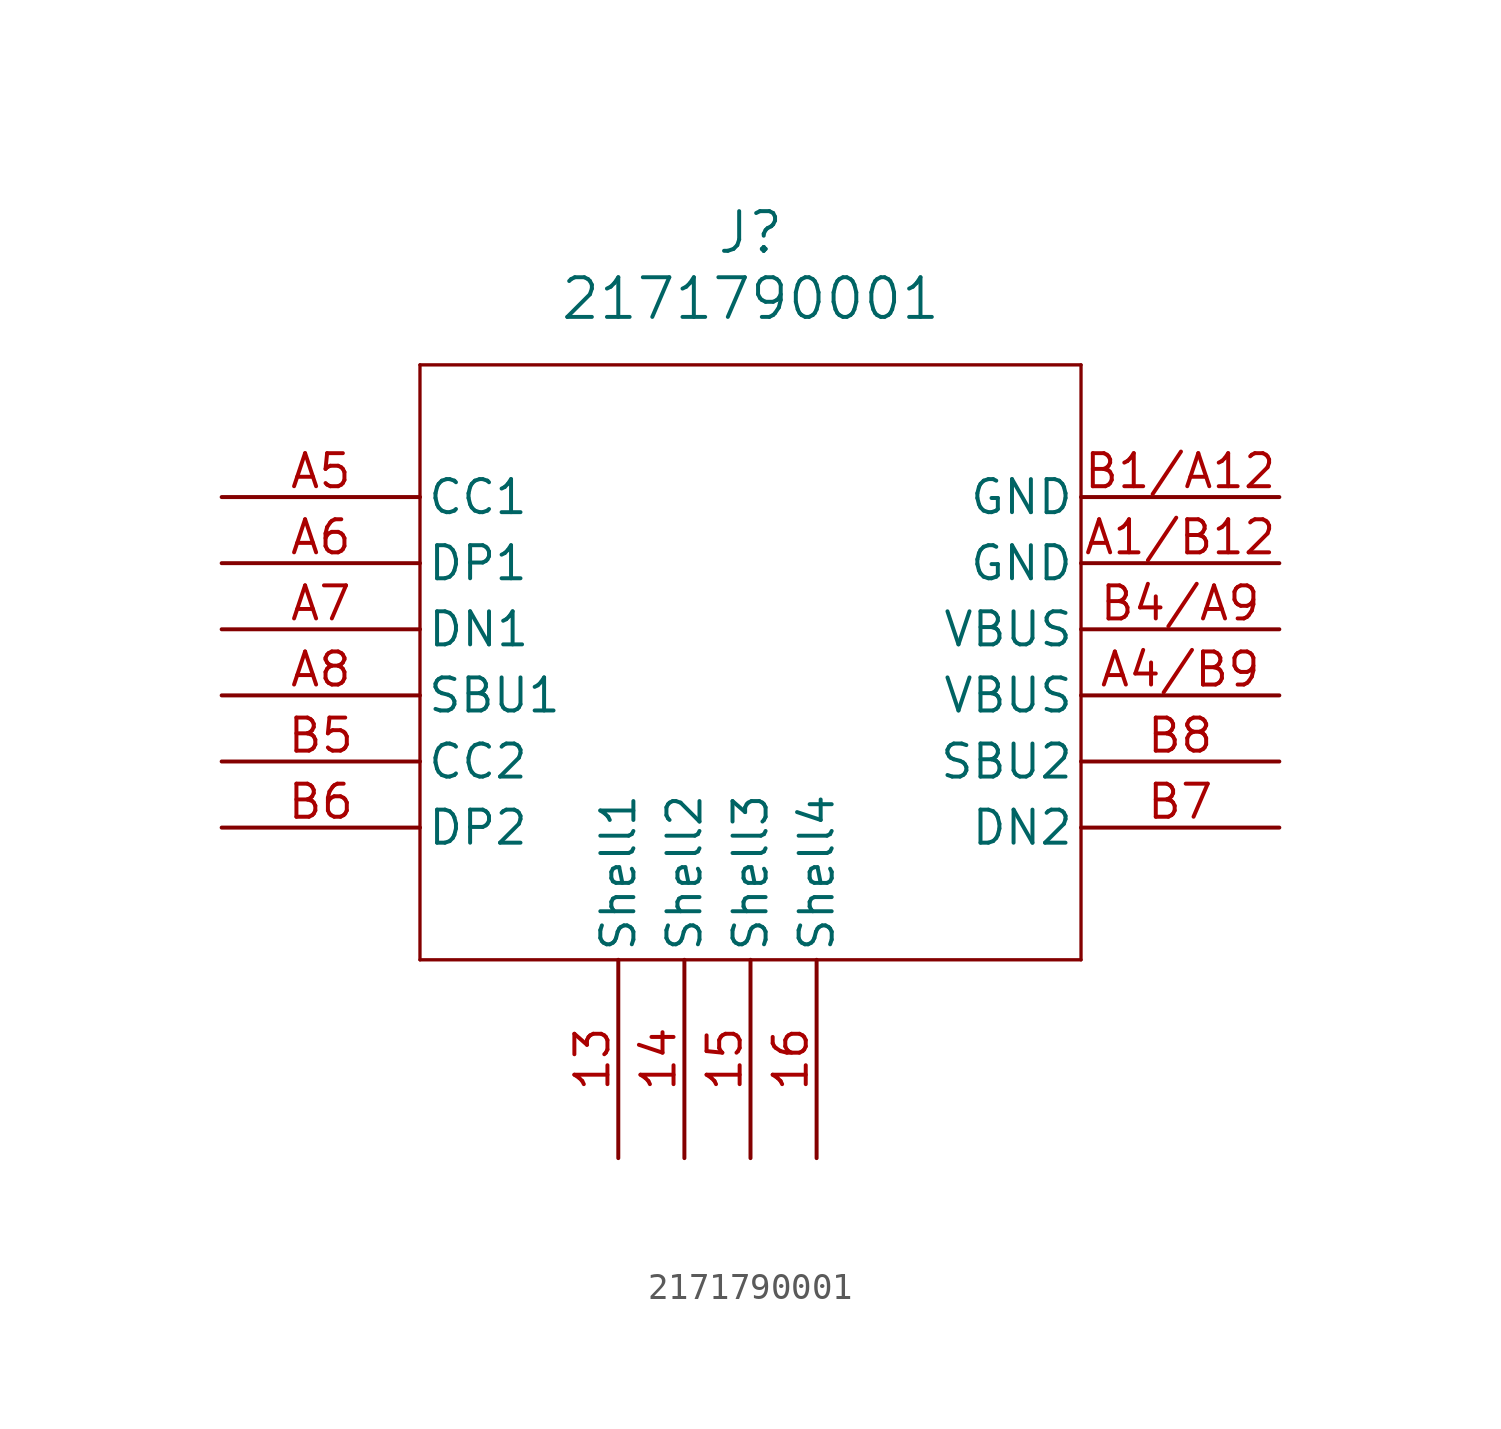
<source format=kicad_sym>
(kicad_symbol_lib
  (version 20211014)
  (generator kicad_symbol_editor)
  (symbol "2171790001"
    (pin_names
      (offset 0.254))
    (property "Reference" "J"
      (at 20.32 10.16 0)
      (effects (font (size 1.524 1.524))))
    (property "Value" "2171790001"
      (at 20.32 7.62 0)
      (effects (font (size 1.524 1.524))))
    (property "ki_locked" ""
      (at 0 0 0)
      (effects (font (size 1.27 1.27))))
    (symbol "2171790001_0_1"
      (polyline (pts (xy 7.62 -17.78) (xy 33.02 -17.78)) (stroke (width 0.127) (type default) (color 0 0 0 0)) (fill (type none)))
      (polyline (pts (xy 7.62 5.08) (xy 7.62 -17.78)) (stroke (width 0.127) (type default) (color 0 0 0 0)) (fill (type none)))
      (polyline (pts (xy 33.02 -17.78) (xy 33.02 5.08)) (stroke (width 0.127) (type default) (color 0 0 0 0)) (fill (type none)))
      (polyline (pts (xy 33.02 5.08) (xy 7.62 5.08)) (stroke (width 0.127) (type default) (color 0 0 0 0)) (fill (type none)))
      (pin bidirectional line (at 15.24 -25.4 90) (length 7.62) (name "Shell1" (effects (font (size 1.27 1.27)))) (number "13" (effects (font (size 1.27 1.27)))))
      (pin bidirectional line (at 17.78 -25.4 90) (length 7.62) (name "Shell2" (effects (font (size 1.27 1.27)))) (number "14" (effects (font (size 1.27 1.27)))))
      (pin bidirectional line (at 20.32 -25.4 90) (length 7.62) (name "Shell3" (effects (font (size 1.27 1.27)))) (number "15" (effects (font (size 1.27 1.27)))))
      (pin bidirectional line (at 22.86 -25.4 90) (length 7.62) (name "Shell4" (effects (font (size 1.27 1.27)))) (number "16" (effects (font (size 1.27 1.27)))))
      (pin power_out line (at 40.64 -2.54 180) (length 7.62) (name "GND" (effects (font (size 1.27 1.27)))) (number "A1/B12" (effects (font (size 1.27 1.27)))))
      (pin power_in line (at 40.64 -7.62 180) (length 7.62) (name "VBUS" (effects (font (size 1.27 1.27)))) (number "A4/B9" (effects (font (size 1.27 1.27)))))
      (pin bidirectional line (at 0 0 0) (length 7.62) (name "CC1" (effects (font (size 1.27 1.27)))) (number "A5" (effects (font (size 1.27 1.27)))))
      (pin bidirectional line (at 0 -2.54 0) (length 7.62) (name "DP1" (effects (font (size 1.27 1.27)))) (number "A6" (effects (font (size 1.27 1.27)))))
      (pin bidirectional line (at 0 -5.08 0) (length 7.62) (name "DN1" (effects (font (size 1.27 1.27)))) (number "A7" (effects (font (size 1.27 1.27)))))
      (pin bidirectional line (at 0 -7.62 0) (length 7.62) (name "SBU1" (effects (font (size 1.27 1.27)))) (number "A8" (effects (font (size 1.27 1.27)))))
      (pin power_out line (at 40.64 0 180) (length 7.62) (name "GND" (effects (font (size 1.27 1.27)))) (number "B1/A12" (effects (font (size 1.27 1.27)))))
      (pin power_in line (at 40.64 -5.08 180) (length 7.62) (name "VBUS" (effects (font (size 1.27 1.27)))) (number "B4/A9" (effects (font (size 1.27 1.27)))))
      (pin bidirectional line (at 0 -10.16 0) (length 7.62) (name "CC2" (effects (font (size 1.27 1.27)))) (number "B5" (effects (font (size 1.27 1.27)))))
      (pin bidirectional line (at 0 -12.7 0) (length 7.62) (name "DP2" (effects (font (size 1.27 1.27)))) (number "B6" (effects (font (size 1.27 1.27)))))
      (pin bidirectional line (at 40.64 -12.7 180) (length 7.62) (name "DN2" (effects (font (size 1.27 1.27)))) (number "B7" (effects (font (size 1.27 1.27)))))
      (pin bidirectional line (at 40.64 -10.16 180) (length 7.62) (name "SBU2" (effects (font (size 1.27 1.27)))) (number "B8" (effects (font (size 1.27 1.27))))))))
</source>
